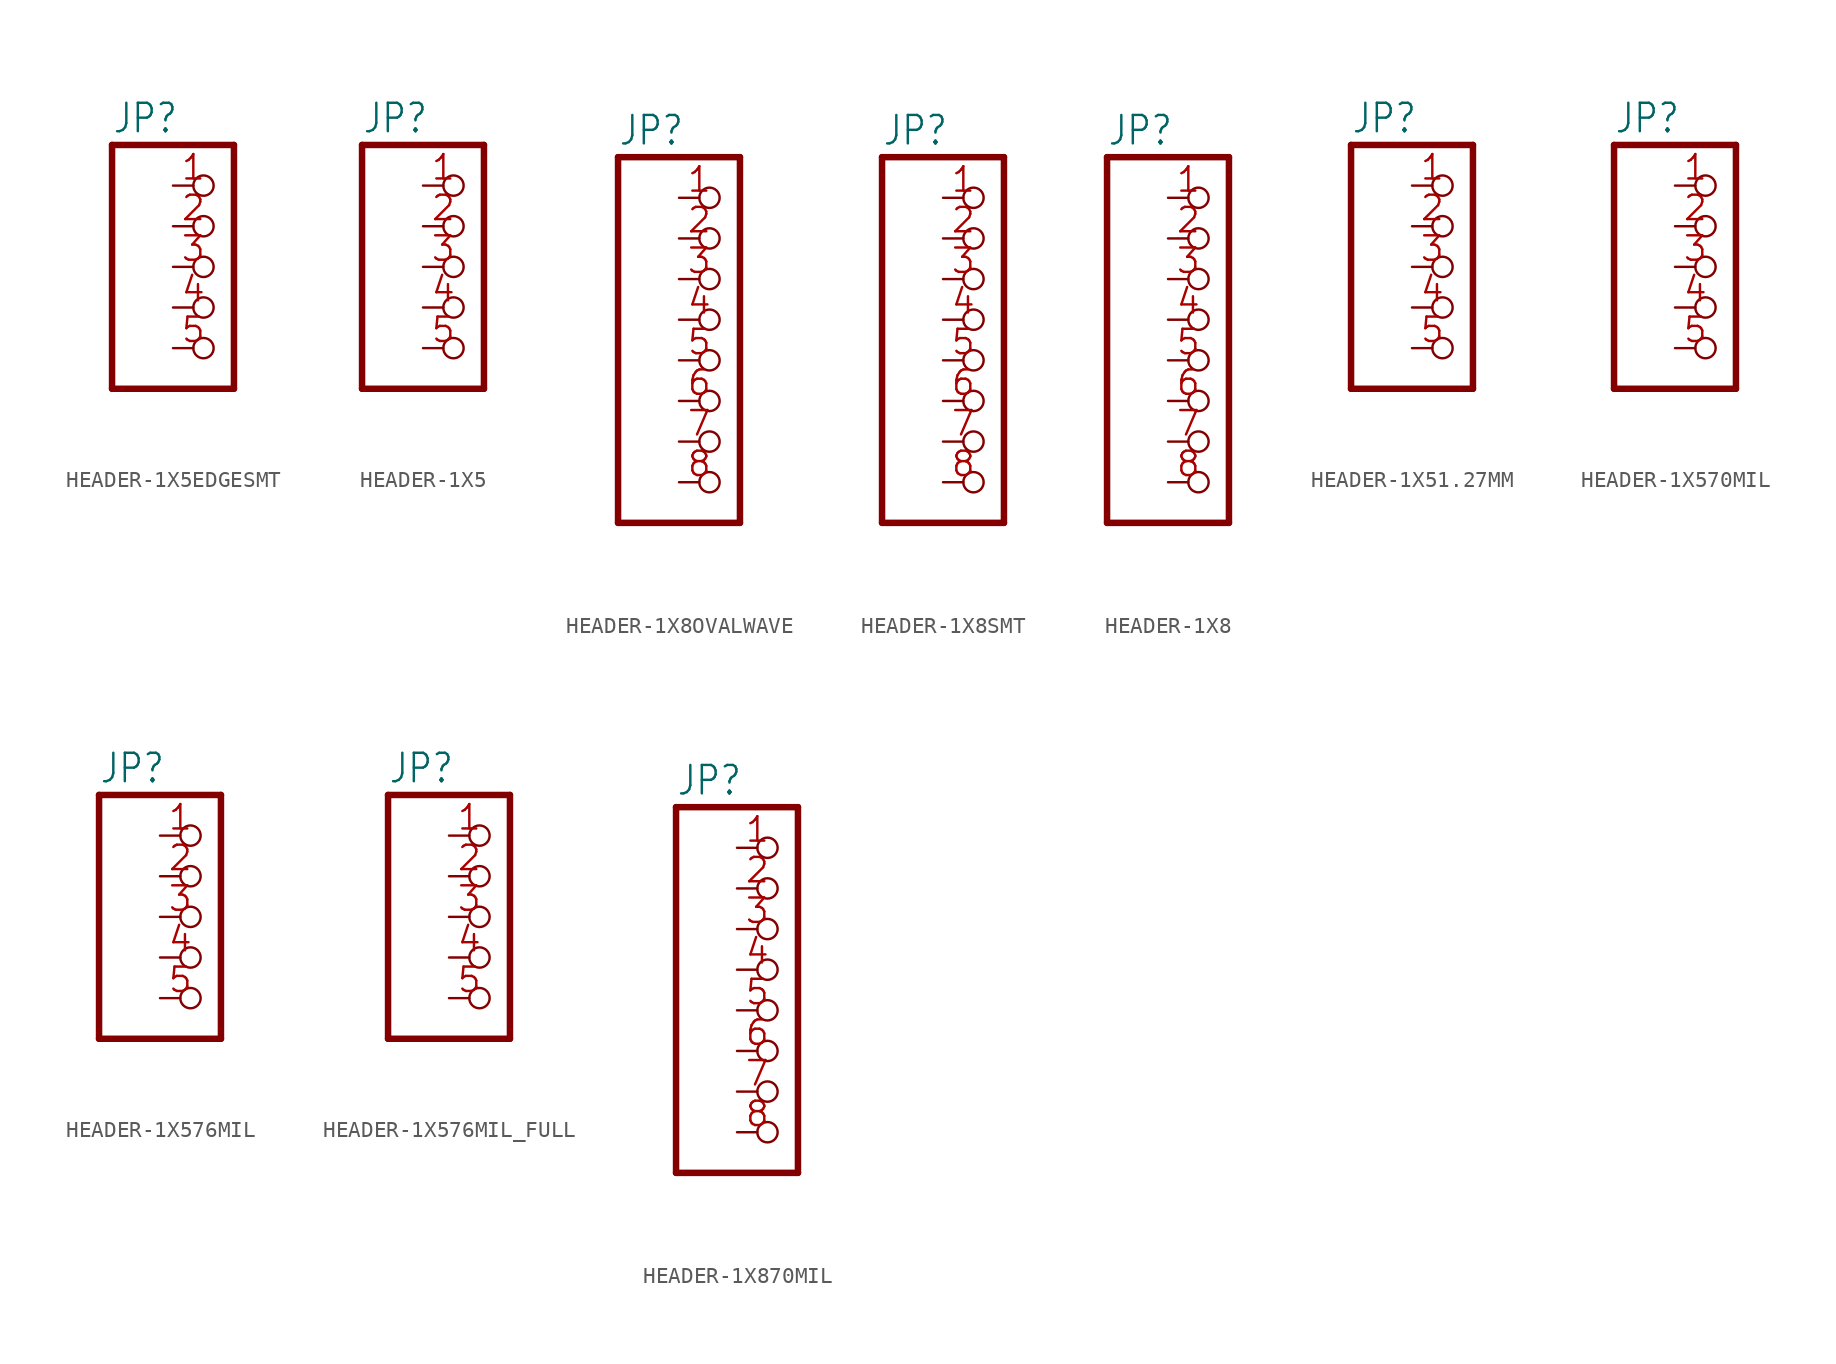
<source format=kicad_sym>
(kicad_symbol_lib
  (version 20241209)
  (generator "kicad_symbol_editor")
  (generator_version "9.0")
  (symbol "HEADER-1X5EDGESMT"
    (property "Reference" "JP"
      (at -6.35 8.255 0)
      (effects (font (size 1.778 1.511)) (justify left bottom)))
    (property "Value" ""
      (at -6.35 -10.16 0)
      (effects (font (size 1.778 1.511)) (justify left bottom)))
    (property "ki_locked" ""
      (at 0 0 0)
      (effects (font (size 1.27 1.27))))
    (symbol "HEADER-1X5EDGESMT_1_0"
      (polyline (pts (xy -6.35 7.62) (xy -6.35 -7.62)) (stroke (width 0.406) (type solid)) (fill (type none)))
      (polyline (pts (xy -6.35 -7.62) (xy 1.27 -7.62)) (stroke (width 0.406) (type solid)) (fill (type none)))
      (polyline (pts (xy 1.27 7.62) (xy -6.35 7.62)) (stroke (width 0.406) (type solid)) (fill (type none)))
      (polyline (pts (xy 1.27 -7.62) (xy 1.27 7.62)) (stroke (width 0.406) (type solid)) (fill (type none)))
      (pin passive inverted (at -2.54 5.08 0) (length 2.54) (name "1" (effects (font (size 0 0)))) (number "1" (effects (font (size 1.524 1.524)))))
      (pin passive inverted (at -2.54 2.54 0) (length 2.54) (name "2" (effects (font (size 0 0)))) (number "2" (effects (font (size 1.524 1.524)))))
      (pin passive inverted (at -2.54 0 0) (length 2.54) (name "3" (effects (font (size 0 0)))) (number "3" (effects (font (size 1.524 1.524)))))
      (pin passive inverted (at -2.54 -2.54 0) (length 2.54) (name "4" (effects (font (size 0 0)))) (number "4" (effects (font (size 1.524 1.524)))))
      (pin passive inverted (at -2.54 -5.08 0) (length 2.54) (name "5" (effects (font (size 0 0)))) (number "5" (effects (font (size 1.524 1.524)))))))
  (symbol "HEADER-1X5"
    (property "Reference" "JP"
      (at -6.35 8.255 0)
      (effects (font (size 1.778 1.511)) (justify left bottom)))
    (property "Value" ""
      (at -6.35 -10.16 0)
      (effects (font (size 1.778 1.511)) (justify left bottom)))
    (property "ki_locked" ""
      (at 0 0 0)
      (effects (font (size 1.27 1.27))))
    (symbol "HEADER-1X5_1_0"
      (polyline (pts (xy -6.35 7.62) (xy -6.35 -7.62)) (stroke (width 0.406) (type solid)) (fill (type none)))
      (polyline (pts (xy -6.35 -7.62) (xy 1.27 -7.62)) (stroke (width 0.406) (type solid)) (fill (type none)))
      (polyline (pts (xy 1.27 7.62) (xy -6.35 7.62)) (stroke (width 0.406) (type solid)) (fill (type none)))
      (polyline (pts (xy 1.27 -7.62) (xy 1.27 7.62)) (stroke (width 0.406) (type solid)) (fill (type none)))
      (pin passive inverted (at -2.54 5.08 0) (length 2.54) (name "1" (effects (font (size 0 0)))) (number "1" (effects (font (size 1.524 1.524)))))
      (pin passive inverted (at -2.54 2.54 0) (length 2.54) (name "2" (effects (font (size 0 0)))) (number "2" (effects (font (size 1.524 1.524)))))
      (pin passive inverted (at -2.54 0 0) (length 2.54) (name "3" (effects (font (size 0 0)))) (number "3" (effects (font (size 1.524 1.524)))))
      (pin passive inverted (at -2.54 -2.54 0) (length 2.54) (name "4" (effects (font (size 0 0)))) (number "4" (effects (font (size 1.524 1.524)))))
      (pin passive inverted (at -2.54 -5.08 0) (length 2.54) (name "5" (effects (font (size 0 0)))) (number "5" (effects (font (size 1.524 1.524)))))))
  (symbol "HEADER-1X8OVALWAVE"
    (property "Reference" "JP"
      (at -6.35 13.335 0)
      (effects (font (size 1.778 1.511)) (justify left bottom)))
    (property "Value" ""
      (at -6.35 -12.7 0)
      (effects (font (size 1.778 1.511)) (justify left bottom)))
    (property "ki_locked" ""
      (at 0 0 0)
      (effects (font (size 1.27 1.27))))
    (symbol "HEADER-1X8OVALWAVE_1_0"
      (polyline (pts (xy -6.35 12.7) (xy -6.35 -10.16)) (stroke (width 0.406) (type solid)) (fill (type none)))
      (polyline (pts (xy -6.35 -10.16) (xy 1.27 -10.16)) (stroke (width 0.406) (type solid)) (fill (type none)))
      (polyline (pts (xy 1.27 12.7) (xy -6.35 12.7)) (stroke (width 0.406) (type solid)) (fill (type none)))
      (polyline (pts (xy 1.27 -10.16) (xy 1.27 12.7)) (stroke (width 0.406) (type solid)) (fill (type none)))
      (pin passive inverted (at -2.54 10.16 0) (length 2.54) (name "1" (effects (font (size 0 0)))) (number "1" (effects (font (size 1.524 1.524)))))
      (pin passive inverted (at -2.54 7.62 0) (length 2.54) (name "2" (effects (font (size 0 0)))) (number "2" (effects (font (size 1.524 1.524)))))
      (pin passive inverted (at -2.54 5.08 0) (length 2.54) (name "3" (effects (font (size 0 0)))) (number "3" (effects (font (size 1.524 1.524)))))
      (pin passive inverted (at -2.54 2.54 0) (length 2.54) (name "4" (effects (font (size 0 0)))) (number "4" (effects (font (size 1.524 1.524)))))
      (pin passive inverted (at -2.54 0 0) (length 2.54) (name "5" (effects (font (size 0 0)))) (number "5" (effects (font (size 1.524 1.524)))))
      (pin passive inverted (at -2.54 -2.54 0) (length 2.54) (name "6" (effects (font (size 0 0)))) (number "6" (effects (font (size 1.524 1.524)))))
      (pin passive inverted (at -2.54 -5.08 0) (length 2.54) (name "7" (effects (font (size 0 0)))) (number "7" (effects (font (size 1.524 1.524)))))
      (pin passive inverted (at -2.54 -7.62 0) (length 2.54) (name "8" (effects (font (size 0 0)))) (number "8" (effects (font (size 1.524 1.524)))))))
  (symbol "HEADER-1X8SMT"
    (property "Reference" "JP"
      (at -6.35 13.335 0)
      (effects (font (size 1.778 1.511)) (justify left bottom)))
    (property "Value" ""
      (at -6.35 -12.7 0)
      (effects (font (size 1.778 1.511)) (justify left bottom)))
    (property "ki_locked" ""
      (at 0 0 0)
      (effects (font (size 1.27 1.27))))
    (symbol "HEADER-1X8SMT_1_0"
      (polyline (pts (xy -6.35 12.7) (xy -6.35 -10.16)) (stroke (width 0.406) (type solid)) (fill (type none)))
      (polyline (pts (xy -6.35 -10.16) (xy 1.27 -10.16)) (stroke (width 0.406) (type solid)) (fill (type none)))
      (polyline (pts (xy 1.27 12.7) (xy -6.35 12.7)) (stroke (width 0.406) (type solid)) (fill (type none)))
      (polyline (pts (xy 1.27 -10.16) (xy 1.27 12.7)) (stroke (width 0.406) (type solid)) (fill (type none)))
      (pin passive inverted (at -2.54 10.16 0) (length 2.54) (name "1" (effects (font (size 0 0)))) (number "1" (effects (font (size 1.524 1.524)))))
      (pin passive inverted (at -2.54 7.62 0) (length 2.54) (name "2" (effects (font (size 0 0)))) (number "2" (effects (font (size 1.524 1.524)))))
      (pin passive inverted (at -2.54 5.08 0) (length 2.54) (name "3" (effects (font (size 0 0)))) (number "3" (effects (font (size 1.524 1.524)))))
      (pin passive inverted (at -2.54 2.54 0) (length 2.54) (name "4" (effects (font (size 0 0)))) (number "4" (effects (font (size 1.524 1.524)))))
      (pin passive inverted (at -2.54 0 0) (length 2.54) (name "5" (effects (font (size 0 0)))) (number "5" (effects (font (size 1.524 1.524)))))
      (pin passive inverted (at -2.54 -2.54 0) (length 2.54) (name "6" (effects (font (size 0 0)))) (number "6" (effects (font (size 1.524 1.524)))))
      (pin passive inverted (at -2.54 -5.08 0) (length 2.54) (name "7" (effects (font (size 0 0)))) (number "7" (effects (font (size 1.524 1.524)))))
      (pin passive inverted (at -2.54 -7.62 0) (length 2.54) (name "8" (effects (font (size 0 0)))) (number "8" (effects (font (size 1.524 1.524)))))))
  (symbol "HEADER-1X8"
    (property "Reference" "JP"
      (at -6.35 13.335 0)
      (effects (font (size 1.778 1.511)) (justify left bottom)))
    (property "Value" ""
      (at -6.35 -12.7 0)
      (effects (font (size 1.778 1.511)) (justify left bottom)))
    (property "ki_locked" ""
      (at 0 0 0)
      (effects (font (size 1.27 1.27))))
    (symbol "HEADER-1X8_1_0"
      (polyline (pts (xy -6.35 12.7) (xy -6.35 -10.16)) (stroke (width 0.406) (type solid)) (fill (type none)))
      (polyline (pts (xy -6.35 -10.16) (xy 1.27 -10.16)) (stroke (width 0.406) (type solid)) (fill (type none)))
      (polyline (pts (xy 1.27 12.7) (xy -6.35 12.7)) (stroke (width 0.406) (type solid)) (fill (type none)))
      (polyline (pts (xy 1.27 -10.16) (xy 1.27 12.7)) (stroke (width 0.406) (type solid)) (fill (type none)))
      (pin passive inverted (at -2.54 10.16 0) (length 2.54) (name "1" (effects (font (size 0 0)))) (number "1" (effects (font (size 1.524 1.524)))))
      (pin passive inverted (at -2.54 7.62 0) (length 2.54) (name "2" (effects (font (size 0 0)))) (number "2" (effects (font (size 1.524 1.524)))))
      (pin passive inverted (at -2.54 5.08 0) (length 2.54) (name "3" (effects (font (size 0 0)))) (number "3" (effects (font (size 1.524 1.524)))))
      (pin passive inverted (at -2.54 2.54 0) (length 2.54) (name "4" (effects (font (size 0 0)))) (number "4" (effects (font (size 1.524 1.524)))))
      (pin passive inverted (at -2.54 0 0) (length 2.54) (name "5" (effects (font (size 0 0)))) (number "5" (effects (font (size 1.524 1.524)))))
      (pin passive inverted (at -2.54 -2.54 0) (length 2.54) (name "6" (effects (font (size 0 0)))) (number "6" (effects (font (size 1.524 1.524)))))
      (pin passive inverted (at -2.54 -5.08 0) (length 2.54) (name "7" (effects (font (size 0 0)))) (number "7" (effects (font (size 1.524 1.524)))))
      (pin passive inverted (at -2.54 -7.62 0) (length 2.54) (name "8" (effects (font (size 0 0)))) (number "8" (effects (font (size 1.524 1.524)))))))
  (symbol "HEADER-1X51.27MM"
    (property "Reference" "JP"
      (at -6.35 8.255 0)
      (effects (font (size 1.778 1.511)) (justify left bottom)))
    (property "Value" ""
      (at -6.35 -10.16 0)
      (effects (font (size 1.778 1.511)) (justify left bottom)))
    (property "ki_locked" ""
      (at 0 0 0)
      (effects (font (size 1.27 1.27))))
    (symbol "HEADER-1X51.27MM_1_0"
      (polyline (pts (xy -6.35 7.62) (xy -6.35 -7.62)) (stroke (width 0.406) (type solid)) (fill (type none)))
      (polyline (pts (xy -6.35 -7.62) (xy 1.27 -7.62)) (stroke (width 0.406) (type solid)) (fill (type none)))
      (polyline (pts (xy 1.27 7.62) (xy -6.35 7.62)) (stroke (width 0.406) (type solid)) (fill (type none)))
      (polyline (pts (xy 1.27 -7.62) (xy 1.27 7.62)) (stroke (width 0.406) (type solid)) (fill (type none)))
      (pin passive inverted (at -2.54 5.08 0) (length 2.54) (name "1" (effects (font (size 0 0)))) (number "1" (effects (font (size 1.524 1.524)))))
      (pin passive inverted (at -2.54 2.54 0) (length 2.54) (name "2" (effects (font (size 0 0)))) (number "2" (effects (font (size 1.524 1.524)))))
      (pin passive inverted (at -2.54 0 0) (length 2.54) (name "3" (effects (font (size 0 0)))) (number "3" (effects (font (size 1.524 1.524)))))
      (pin passive inverted (at -2.54 -2.54 0) (length 2.54) (name "4" (effects (font (size 0 0)))) (number "4" (effects (font (size 1.524 1.524)))))
      (pin passive inverted (at -2.54 -5.08 0) (length 2.54) (name "5" (effects (font (size 0 0)))) (number "5" (effects (font (size 1.524 1.524)))))))
  (symbol "HEADER-1X570MIL"
    (property "Reference" "JP"
      (at -6.35 8.255 0)
      (effects (font (size 1.778 1.511)) (justify left bottom)))
    (property "Value" ""
      (at -6.35 -10.16 0)
      (effects (font (size 1.778 1.511)) (justify left bottom)))
    (property "ki_locked" ""
      (at 0 0 0)
      (effects (font (size 1.27 1.27))))
    (symbol "HEADER-1X570MIL_1_0"
      (polyline (pts (xy -6.35 7.62) (xy -6.35 -7.62)) (stroke (width 0.406) (type solid)) (fill (type none)))
      (polyline (pts (xy -6.35 -7.62) (xy 1.27 -7.62)) (stroke (width 0.406) (type solid)) (fill (type none)))
      (polyline (pts (xy 1.27 7.62) (xy -6.35 7.62)) (stroke (width 0.406) (type solid)) (fill (type none)))
      (polyline (pts (xy 1.27 -7.62) (xy 1.27 7.62)) (stroke (width 0.406) (type solid)) (fill (type none)))
      (pin passive inverted (at -2.54 5.08 0) (length 2.54) (name "1" (effects (font (size 0 0)))) (number "1" (effects (font (size 1.524 1.524)))))
      (pin passive inverted (at -2.54 2.54 0) (length 2.54) (name "2" (effects (font (size 0 0)))) (number "2" (effects (font (size 1.524 1.524)))))
      (pin passive inverted (at -2.54 0 0) (length 2.54) (name "3" (effects (font (size 0 0)))) (number "3" (effects (font (size 1.524 1.524)))))
      (pin passive inverted (at -2.54 -2.54 0) (length 2.54) (name "4" (effects (font (size 0 0)))) (number "4" (effects (font (size 1.524 1.524)))))
      (pin passive inverted (at -2.54 -5.08 0) (length 2.54) (name "5" (effects (font (size 0 0)))) (number "5" (effects (font (size 1.524 1.524)))))))
  (symbol "HEADER-1X576MIL"
    (property "Reference" "JP"
      (at -6.35 8.255 0)
      (effects (font (size 1.778 1.511)) (justify left bottom)))
    (property "Value" ""
      (at -6.35 -10.16 0)
      (effects (font (size 1.778 1.511)) (justify left bottom)))
    (property "ki_locked" ""
      (at 0 0 0)
      (effects (font (size 1.27 1.27))))
    (symbol "HEADER-1X576MIL_1_0"
      (polyline (pts (xy -6.35 7.62) (xy -6.35 -7.62)) (stroke (width 0.406) (type solid)) (fill (type none)))
      (polyline (pts (xy -6.35 -7.62) (xy 1.27 -7.62)) (stroke (width 0.406) (type solid)) (fill (type none)))
      (polyline (pts (xy 1.27 7.62) (xy -6.35 7.62)) (stroke (width 0.406) (type solid)) (fill (type none)))
      (polyline (pts (xy 1.27 -7.62) (xy 1.27 7.62)) (stroke (width 0.406) (type solid)) (fill (type none)))
      (pin passive inverted (at -2.54 5.08 0) (length 2.54) (name "1" (effects (font (size 0 0)))) (number "1" (effects (font (size 1.524 1.524)))))
      (pin passive inverted (at -2.54 2.54 0) (length 2.54) (name "2" (effects (font (size 0 0)))) (number "2" (effects (font (size 1.524 1.524)))))
      (pin passive inverted (at -2.54 0 0) (length 2.54) (name "3" (effects (font (size 0 0)))) (number "3" (effects (font (size 1.524 1.524)))))
      (pin passive inverted (at -2.54 -2.54 0) (length 2.54) (name "4" (effects (font (size 0 0)))) (number "4" (effects (font (size 1.524 1.524)))))
      (pin passive inverted (at -2.54 -5.08 0) (length 2.54) (name "5" (effects (font (size 0 0)))) (number "5" (effects (font (size 1.524 1.524)))))))
  (symbol "HEADER-1X576MIL_FULL"
    (property "Reference" "JP"
      (at -6.35 8.255 0)
      (effects (font (size 1.778 1.511)) (justify left bottom)))
    (property "Value" ""
      (at -6.35 -10.16 0)
      (effects (font (size 1.778 1.511)) (justify left bottom)))
    (property "ki_locked" ""
      (at 0 0 0)
      (effects (font (size 1.27 1.27))))
    (symbol "HEADER-1X576MIL_FULL_1_0"
      (polyline (pts (xy -6.35 7.62) (xy -6.35 -7.62)) (stroke (width 0.406) (type solid)) (fill (type none)))
      (polyline (pts (xy -6.35 -7.62) (xy 1.27 -7.62)) (stroke (width 0.406) (type solid)) (fill (type none)))
      (polyline (pts (xy 1.27 7.62) (xy -6.35 7.62)) (stroke (width 0.406) (type solid)) (fill (type none)))
      (polyline (pts (xy 1.27 -7.62) (xy 1.27 7.62)) (stroke (width 0.406) (type solid)) (fill (type none)))
      (pin passive inverted (at -2.54 5.08 0) (length 2.54) (name "1" (effects (font (size 0 0)))) (number "1" (effects (font (size 1.524 1.524)))))
      (pin passive inverted (at -2.54 2.54 0) (length 2.54) (name "2" (effects (font (size 0 0)))) (number "2" (effects (font (size 1.524 1.524)))))
      (pin passive inverted (at -2.54 0 0) (length 2.54) (name "3" (effects (font (size 0 0)))) (number "3" (effects (font (size 1.524 1.524)))))
      (pin passive inverted (at -2.54 -2.54 0) (length 2.54) (name "4" (effects (font (size 0 0)))) (number "4" (effects (font (size 1.524 1.524)))))
      (pin passive inverted (at -2.54 -5.08 0) (length 2.54) (name "5" (effects (font (size 0 0)))) (number "5" (effects (font (size 1.524 1.524)))))))
  (symbol "HEADER-1X870MIL"
    (property "Reference" "JP"
      (at -6.35 13.335 0)
      (effects (font (size 1.778 1.511)) (justify left bottom)))
    (property "Value" ""
      (at -6.35 -12.7 0)
      (effects (font (size 1.778 1.511)) (justify left bottom)))
    (property "ki_locked" ""
      (at 0 0 0)
      (effects (font (size 1.27 1.27))))
    (symbol "HEADER-1X870MIL_1_0"
      (polyline (pts (xy -6.35 12.7) (xy -6.35 -10.16)) (stroke (width 0.406) (type solid)) (fill (type none)))
      (polyline (pts (xy -6.35 -10.16) (xy 1.27 -10.16)) (stroke (width 0.406) (type solid)) (fill (type none)))
      (polyline (pts (xy 1.27 12.7) (xy -6.35 12.7)) (stroke (width 0.406) (type solid)) (fill (type none)))
      (polyline (pts (xy 1.27 -10.16) (xy 1.27 12.7)) (stroke (width 0.406) (type solid)) (fill (type none)))
      (pin passive inverted (at -2.54 10.16 0) (length 2.54) (name "1" (effects (font (size 0 0)))) (number "1" (effects (font (size 1.524 1.524)))))
      (pin passive inverted (at -2.54 7.62 0) (length 2.54) (name "2" (effects (font (size 0 0)))) (number "2" (effects (font (size 1.524 1.524)))))
      (pin passive inverted (at -2.54 5.08 0) (length 2.54) (name "3" (effects (font (size 0 0)))) (number "3" (effects (font (size 1.524 1.524)))))
      (pin passive inverted (at -2.54 2.54 0) (length 2.54) (name "4" (effects (font (size 0 0)))) (number "4" (effects (font (size 1.524 1.524)))))
      (pin passive inverted (at -2.54 0 0) (length 2.54) (name "5" (effects (font (size 0 0)))) (number "5" (effects (font (size 1.524 1.524)))))
      (pin passive inverted (at -2.54 -2.54 0) (length 2.54) (name "6" (effects (font (size 0 0)))) (number "6" (effects (font (size 1.524 1.524)))))
      (pin passive inverted (at -2.54 -5.08 0) (length 2.54) (name "7" (effects (font (size 0 0)))) (number "7" (effects (font (size 1.524 1.524)))))
      (pin passive inverted (at -2.54 -7.62 0) (length 2.54) (name "8" (effects (font (size 0 0)))) (number "8" (effects (font (size 1.524 1.524))))))))
</source>
